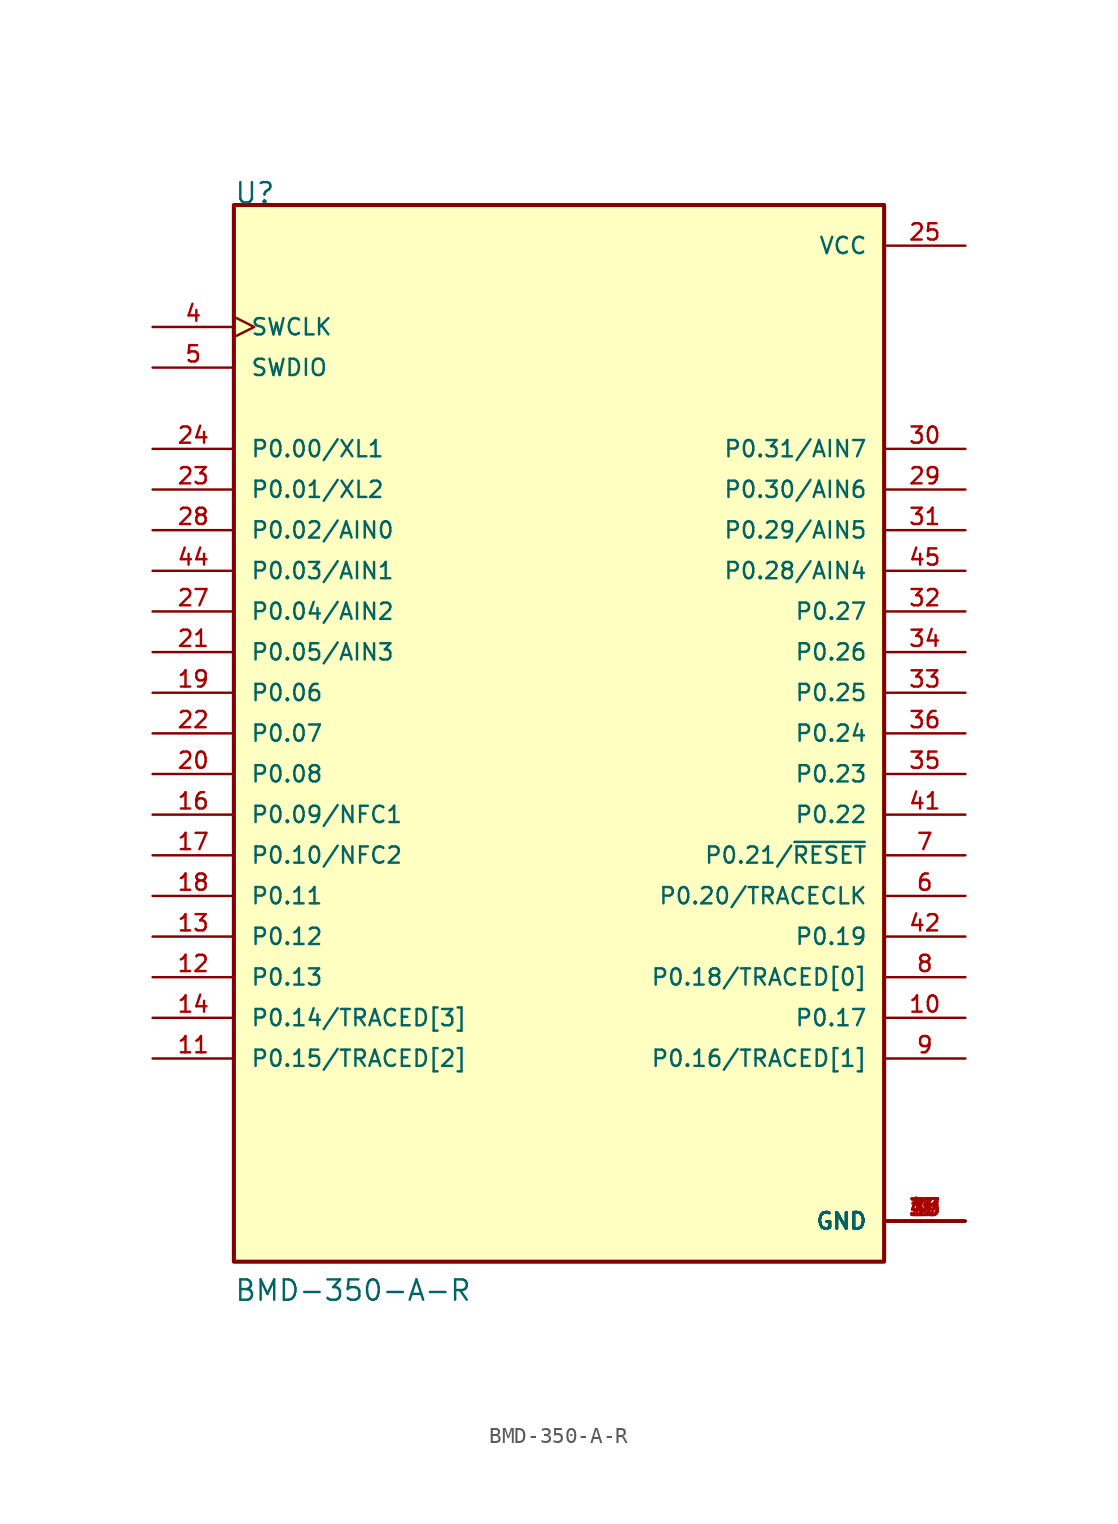
<source format=kicad_sym>
(kicad_symbol_lib
  (version 20211014)
  (generator kicad_symbol_editor)
  (symbol "BMD-350-A-R"
    (pin_names
      (offset 1.016))
    (property "Reference" "U"
      (at -20.32 33.02 0)
      (effects (font (size 1.27 1.27)) (justify left bottom)))
    (property "Value" "BMD-350-A-R"
      (at -20.32 -35.56 0)
      (effects (font (size 1.27 1.27)) (justify left bottom)))
    (property "ki_locked" ""
      (at 0 0 0)
      (effects (font (size 1.27 1.27))))
    (symbol "BMD-350-A-R_0_0"
      (rectangle (start -20.32 -33.02) (end 20.32 33.02) (stroke (width 0.254) (type default) (color 0 0 0 0)) (fill (type background)))
      (pin power_in line (at 25.4 -30.48 180) (length 5.08) (name "GND" (effects (font (size 1.016 1.016)))) (number "1" (effects (font (size 1.016 1.016)))))
      (pin bidirectional line (at 25.4 -17.78 180) (length 5.08) (name "P0.17" (effects (font (size 1.016 1.016)))) (number "10" (effects (font (size 1.016 1.016)))))
      (pin bidirectional line (at -25.4 -20.32 0) (length 5.08) (name "P0.15/TRACED[2]" (effects (font (size 1.016 1.016)))) (number "11" (effects (font (size 1.016 1.016)))))
      (pin bidirectional line (at -25.4 -15.24 0) (length 5.08) (name "P0.13" (effects (font (size 1.016 1.016)))) (number "12" (effects (font (size 1.016 1.016)))))
      (pin bidirectional line (at -25.4 -12.7 0) (length 5.08) (name "P0.12" (effects (font (size 1.016 1.016)))) (number "13" (effects (font (size 1.016 1.016)))))
      (pin bidirectional line (at -25.4 -17.78 0) (length 5.08) (name "P0.14/TRACED[3]" (effects (font (size 1.016 1.016)))) (number "14" (effects (font (size 1.016 1.016)))))
      (pin power_in line (at 25.4 -30.48 180) (length 5.08) (name "GND" (effects (font (size 1.016 1.016)))) (number "15" (effects (font (size 1.016 1.016)))))
      (pin bidirectional line (at -25.4 -5.08 0) (length 5.08) (name "P0.09/NFC1" (effects (font (size 1.016 1.016)))) (number "16" (effects (font (size 1.016 1.016)))))
      (pin bidirectional line (at -25.4 -7.62 0) (length 5.08) (name "P0.10/NFC2" (effects (font (size 1.016 1.016)))) (number "17" (effects (font (size 1.016 1.016)))))
      (pin bidirectional line (at -25.4 -10.16 0) (length 5.08) (name "P0.11" (effects (font (size 1.016 1.016)))) (number "18" (effects (font (size 1.016 1.016)))))
      (pin bidirectional line (at -25.4 2.54 0) (length 5.08) (name "P0.06" (effects (font (size 1.016 1.016)))) (number "19" (effects (font (size 1.016 1.016)))))
      (pin power_in line (at 25.4 -30.48 180) (length 5.08) (name "GND" (effects (font (size 1.016 1.016)))) (number "2" (effects (font (size 1.016 1.016)))))
      (pin bidirectional line (at -25.4 -2.54 0) (length 5.08) (name "P0.08" (effects (font (size 1.016 1.016)))) (number "20" (effects (font (size 1.016 1.016)))))
      (pin bidirectional line (at -25.4 5.08 0) (length 5.08) (name "P0.05/AIN3" (effects (font (size 1.016 1.016)))) (number "21" (effects (font (size 1.016 1.016)))))
      (pin bidirectional line (at -25.4 0 0) (length 5.08) (name "P0.07" (effects (font (size 1.016 1.016)))) (number "22" (effects (font (size 1.016 1.016)))))
      (pin bidirectional line (at -25.4 15.24 0) (length 5.08) (name "P0.01/XL2" (effects (font (size 1.016 1.016)))) (number "23" (effects (font (size 1.016 1.016)))))
      (pin bidirectional line (at -25.4 17.78 0) (length 5.08) (name "P0.00/XL1" (effects (font (size 1.016 1.016)))) (number "24" (effects (font (size 1.016 1.016)))))
      (pin power_in line (at 25.4 30.48 180) (length 5.08) (name "VCC" (effects (font (size 1.016 1.016)))) (number "25" (effects (font (size 1.016 1.016)))))
      (pin power_in line (at 25.4 -30.48 180) (length 5.08) (name "GND" (effects (font (size 1.016 1.016)))) (number "26" (effects (font (size 1.016 1.016)))))
      (pin bidirectional line (at -25.4 7.62 0) (length 5.08) (name "P0.04/AIN2" (effects (font (size 1.016 1.016)))) (number "27" (effects (font (size 1.016 1.016)))))
      (pin bidirectional line (at -25.4 12.7 0) (length 5.08) (name "P0.02/AIN0" (effects (font (size 1.016 1.016)))) (number "28" (effects (font (size 1.016 1.016)))))
      (pin bidirectional line (at 25.4 15.24 180) (length 5.08) (name "P0.30/AIN6" (effects (font (size 1.016 1.016)))) (number "29" (effects (font (size 1.016 1.016)))))
      (pin power_in line (at 25.4 -30.48 180) (length 5.08) (name "GND" (effects (font (size 1.016 1.016)))) (number "3" (effects (font (size 1.016 1.016)))))
      (pin bidirectional line (at 25.4 17.78 180) (length 5.08) (name "P0.31/AIN7" (effects (font (size 1.016 1.016)))) (number "30" (effects (font (size 1.016 1.016)))))
      (pin bidirectional line (at 25.4 12.7 180) (length 5.08) (name "P0.29/AIN5" (effects (font (size 1.016 1.016)))) (number "31" (effects (font (size 1.016 1.016)))))
      (pin bidirectional line (at 25.4 7.62 180) (length 5.08) (name "P0.27" (effects (font (size 1.016 1.016)))) (number "32" (effects (font (size 1.016 1.016)))))
      (pin bidirectional line (at 25.4 2.54 180) (length 5.08) (name "P0.25" (effects (font (size 1.016 1.016)))) (number "33" (effects (font (size 1.016 1.016)))))
      (pin bidirectional line (at 25.4 5.08 180) (length 5.08) (name "P0.26" (effects (font (size 1.016 1.016)))) (number "34" (effects (font (size 1.016 1.016)))))
      (pin bidirectional line (at 25.4 -2.54 180) (length 5.08) (name "P0.23" (effects (font (size 1.016 1.016)))) (number "35" (effects (font (size 1.016 1.016)))))
      (pin bidirectional line (at 25.4 0 180) (length 5.08) (name "P0.24" (effects (font (size 1.016 1.016)))) (number "36" (effects (font (size 1.016 1.016)))))
      (pin power_in line (at 25.4 -30.48 180) (length 5.08) (name "GND" (effects (font (size 1.016 1.016)))) (number "37" (effects (font (size 1.016 1.016)))))
      (pin power_in line (at 25.4 -30.48 180) (length 5.08) (name "GND" (effects (font (size 1.016 1.016)))) (number "38" (effects (font (size 1.016 1.016)))))
      (pin power_in line (at 25.4 -30.48 180) (length 5.08) (name "GND" (effects (font (size 1.016 1.016)))) (number "39" (effects (font (size 1.016 1.016)))))
      (pin input clock (at -25.4 25.4 0) (length 5.08) (name "SWCLK" (effects (font (size 1.016 1.016)))) (number "4" (effects (font (size 1.016 1.016)))))
      (pin power_in line (at 25.4 -30.48 180) (length 5.08) (name "GND" (effects (font (size 1.016 1.016)))) (number "40" (effects (font (size 1.016 1.016)))))
      (pin bidirectional line (at 25.4 -5.08 180) (length 5.08) (name "P0.22" (effects (font (size 1.016 1.016)))) (number "41" (effects (font (size 1.016 1.016)))))
      (pin bidirectional line (at 25.4 -12.7 180) (length 5.08) (name "P0.19" (effects (font (size 1.016 1.016)))) (number "42" (effects (font (size 1.016 1.016)))))
      (pin power_in line (at 25.4 -30.48 180) (length 5.08) (name "GND" (effects (font (size 1.016 1.016)))) (number "43" (effects (font (size 1.016 1.016)))))
      (pin bidirectional line (at -25.4 10.16 0) (length 5.08) (name "P0.03/AIN1" (effects (font (size 1.016 1.016)))) (number "44" (effects (font (size 1.016 1.016)))))
      (pin bidirectional line (at 25.4 10.16 180) (length 5.08) (name "P0.28/AIN4" (effects (font (size 1.016 1.016)))) (number "45" (effects (font (size 1.016 1.016)))))
      (pin power_in line (at 25.4 -30.48 180) (length 5.08) (name "GND" (effects (font (size 1.016 1.016)))) (number "46" (effects (font (size 1.016 1.016)))))
      (pin power_in line (at 25.4 -30.48 180) (length 5.08) (name "GND" (effects (font (size 1.016 1.016)))) (number "47" (effects (font (size 1.016 1.016)))))
      (pin bidirectional line (at -25.4 22.86 0) (length 5.08) (name "SWDIO" (effects (font (size 1.016 1.016)))) (number "5" (effects (font (size 1.016 1.016)))))
      (pin bidirectional line (at 25.4 -10.16 180) (length 5.08) (name "P0.20/TRACECLK" (effects (font (size 1.016 1.016)))) (number "6" (effects (font (size 1.016 1.016)))))
      (pin bidirectional line (at 25.4 -7.62 180) (length 5.08) (name "P0.21/~{RESET}" (effects (font (size 1.016 1.016)))) (number "7" (effects (font (size 1.016 1.016)))))
      (pin bidirectional line (at 25.4 -15.24 180) (length 5.08) (name "P0.18/TRACED[0]" (effects (font (size 1.016 1.016)))) (number "8" (effects (font (size 1.016 1.016)))))
      (pin bidirectional line (at 25.4 -20.32 180) (length 5.08) (name "P0.16/TRACED[1]" (effects (font (size 1.016 1.016)))) (number "9" (effects (font (size 1.016 1.016))))))))
</source>
